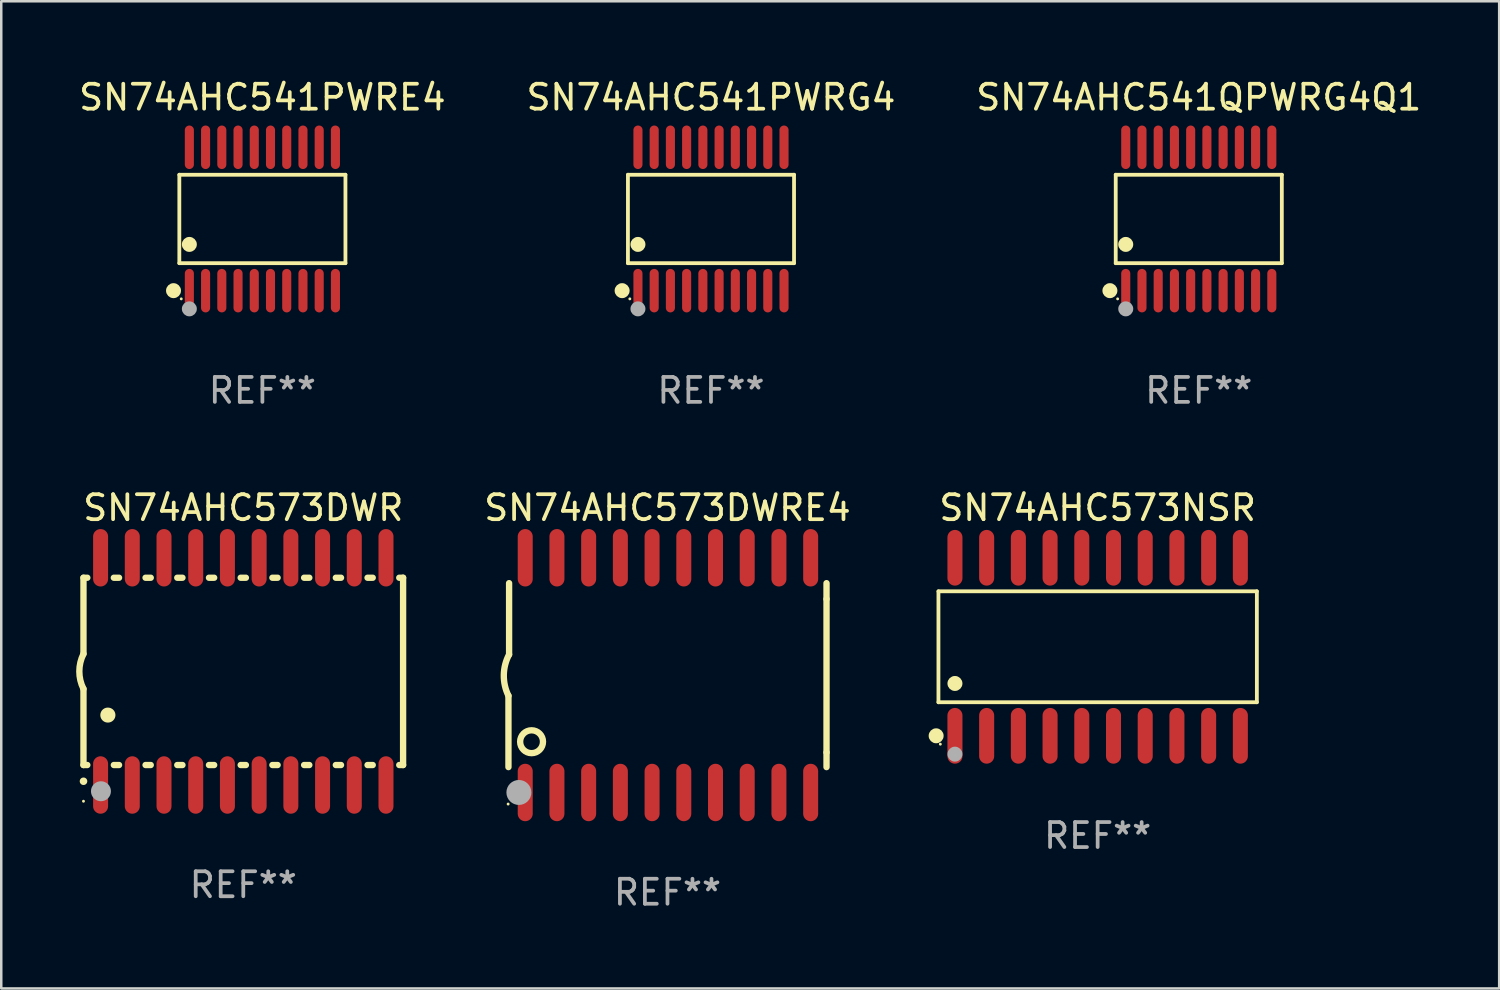
<source format=kicad_pcb>
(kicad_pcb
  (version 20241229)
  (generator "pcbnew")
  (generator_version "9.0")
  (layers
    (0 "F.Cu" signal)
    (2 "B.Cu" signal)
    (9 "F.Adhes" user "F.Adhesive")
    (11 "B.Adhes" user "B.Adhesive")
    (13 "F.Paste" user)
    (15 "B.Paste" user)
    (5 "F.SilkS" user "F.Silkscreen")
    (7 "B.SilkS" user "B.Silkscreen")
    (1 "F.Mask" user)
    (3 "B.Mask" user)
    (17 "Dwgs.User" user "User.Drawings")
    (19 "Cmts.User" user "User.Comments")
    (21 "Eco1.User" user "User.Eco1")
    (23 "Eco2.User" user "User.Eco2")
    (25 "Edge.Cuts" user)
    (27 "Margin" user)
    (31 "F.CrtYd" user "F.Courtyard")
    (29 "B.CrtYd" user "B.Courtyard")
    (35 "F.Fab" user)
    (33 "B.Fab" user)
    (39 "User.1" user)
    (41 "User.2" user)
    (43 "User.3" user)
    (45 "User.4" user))
  (footprint "SN74AHC573DWR"
    (layer "F.Cu")
    (at 6.693 23.837)
    (property "Reference" "SN74AHC573DWR" (at 0 -6.55 0) (layer "F.SilkS") (effects (font (size 1 1) (thickness 0.15))))
    (attr through_hole)
    (fp_line (start -6.4 -3.75) (end -6.4 -0.7) (stroke (width 0.254) (type solid)) (layer "F.SilkS"))
    (fp_line (start -6.4 -3.75) (end -6.246 -3.75) (stroke (width 0.254) (type solid)) (layer "F.SilkS"))
    (fp_line (start -6.4 3.75) (end -6.4 0.7) (stroke (width 0.254) (type solid)) (layer "F.SilkS"))
    (fp_line (start -6.246 3.75) (end -6.4 3.75) (stroke (width 0.254) (type solid)) (layer "F.SilkS"))
    (fp_line (start -5.184 -3.75) (end -4.976 -3.75) (stroke (width 0.254) (type solid)) (layer "F.SilkS"))
    (fp_line (start -4.976 3.75) (end -5.184 3.75) (stroke (width 0.254) (type solid)) (layer "F.SilkS"))
    (fp_line (start -3.914 -3.75) (end -3.706 -3.75) (stroke (width 0.254) (type solid)) (layer "F.SilkS"))
    (fp_line (start -3.706 3.75) (end -3.914 3.75) (stroke (width 0.254) (type solid)) (layer "F.SilkS"))
    (fp_line (start -2.644 -3.75) (end -2.436 -3.75) (stroke (width 0.254) (type solid)) (layer "F.SilkS"))
    (fp_line (start -2.436 3.75) (end -2.644 3.75) (stroke (width 0.254) (type solid)) (layer "F.SilkS"))
    (fp_line (start -1.374 -3.75) (end -1.166 -3.75) (stroke (width 0.254) (type solid)) (layer "F.SilkS"))
    (fp_line (start -1.166 3.75) (end -1.374 3.75) (stroke (width 0.254) (type solid)) (layer "F.SilkS"))
    (fp_line (start -0.104 -3.75) (end 0.104 -3.75) (stroke (width 0.254) (type solid)) (layer "F.SilkS"))
    (fp_line (start 0.104 3.75) (end -0.104 3.75) (stroke (width 0.254) (type solid)) (layer "F.SilkS"))
    (fp_line (start 1.166 -3.75) (end 1.374 -3.75) (stroke (width 0.254) (type solid)) (layer "F.SilkS"))
    (fp_line (start 1.374 3.75) (end 1.166 3.75) (stroke (width 0.254) (type solid)) (layer "F.SilkS"))
    (fp_line (start 2.436 -3.75) (end 2.644 -3.75) (stroke (width 0.254) (type solid)) (layer "F.SilkS"))
    (fp_line (start 2.644 3.75) (end 2.436 3.75) (stroke (width 0.254) (type solid)) (layer "F.SilkS"))
    (fp_line (start 3.706 -3.75) (end 3.914 -3.75) (stroke (width 0.254) (type solid)) (layer "F.SilkS"))
    (fp_line (start 3.914 3.75) (end 3.706 3.75) (stroke (width 0.254) (type solid)) (layer "F.SilkS"))
    (fp_line (start 4.976 -3.75) (end 5.184 -3.75) (stroke (width 0.254) (type solid)) (layer "F.SilkS"))
    (fp_line (start 5.184 3.75) (end 4.976 3.75) (stroke (width 0.254) (type solid)) (layer "F.SilkS"))
    (fp_line (start 6.246 -3.75) (end 6.4 -3.75) (stroke (width 0.254) (type solid)) (layer "F.SilkS"))
    (fp_line (start 6.4 -3.75) (end 6.4 3.75) (stroke (width 0.254) (type solid)) (layer "F.SilkS"))
    (fp_line (start 6.4 3.75) (end 6.246 3.75) (stroke (width 0.254) (type solid)) (layer "F.SilkS"))
    (fp_arc (start -6.400812 0.701041) (mid -6.565912 0.000428) (end -6.400025 -0.7) (stroke (width 0.254001) (type solid)) (layer "F.SilkS"))
    (fp_arc (start -6.400025 4.4) (mid -6.398755 4.399995) (end -6.397485 4.4) (stroke (width 0.3) (type solid)) (layer "F.SilkS"))
    (fp_arc (start -5.425451 1.750064) (mid -5.422911 1.750053) (end -5.420371 1.750064) (stroke (width 0.6) (type solid)) (layer "F.SilkS"))
    (fp_circle (center -6.4 5.2) (end -6.37 5.2) (stroke (width 0.06) (type solid)) (fill no) (layer "F.SilkS"))
    (fp_circle (center -5.7 4.8) (end -5.5 4.8) (stroke (width 0.4) (type solid)) (fill no) (layer "F.Fab"))
    (fp_text user "REF**" (at 0 8.55 0) (layer "F.Fab") (effects (font (size 1 1) (thickness 0.15))))
    (pad "1" smd oval (at -5.715 4.55 180) (size 0.6 2.3) (layers "F.Cu" "F.Mask" "F.Paste"))
    (pad "2" smd oval (at -4.445 4.55 180) (size 0.6 2.3) (layers "F.Cu" "F.Mask" "F.Paste"))
    (pad "3" smd oval (at -3.175 4.55 180) (size 0.6 2.3) (layers "F.Cu" "F.Mask" "F.Paste"))
    (pad "4" smd oval (at -1.905 4.55 180) (size 0.6 2.3) (layers "F.Cu" "F.Mask" "F.Paste"))
    (pad "5" smd oval (at -0.635 4.55 180) (size 0.6 2.3) (layers "F.Cu" "F.Mask" "F.Paste"))
    (pad "6" smd oval (at 0.635 4.55 180) (size 0.6 2.3) (layers "F.Cu" "F.Mask" "F.Paste"))
    (pad "7" smd oval (at 1.905 4.55 180) (size 0.6 2.3) (layers "F.Cu" "F.Mask" "F.Paste"))
    (pad "8" smd oval (at 3.175 4.55 180) (size 0.6 2.3) (layers "F.Cu" "F.Mask" "F.Paste"))
    (pad "9" smd oval (at 4.445 4.55 180) (size 0.6 2.3) (layers "F.Cu" "F.Mask" "F.Paste"))
    (pad "10" smd oval (at 5.715 4.55 180) (size 0.6 2.3) (layers "F.Cu" "F.Mask" "F.Paste"))
    (pad "11" smd oval (at 5.715 -4.55 180) (size 0.6 2.3) (layers "F.Cu" "F.Mask" "F.Paste"))
    (pad "12" smd oval (at 4.445 -4.55 180) (size 0.6 2.3) (layers "F.Cu" "F.Mask" "F.Paste"))
    (pad "13" smd oval (at 3.175 -4.55 180) (size 0.6 2.3) (layers "F.Cu" "F.Mask" "F.Paste"))
    (pad "14" smd oval (at 1.905 -4.55 180) (size 0.6 2.3) (layers "F.Cu" "F.Mask" "F.Paste"))
    (pad "15" smd oval (at 0.635 -4.55 180) (size 0.6 2.3) (layers "F.Cu" "F.Mask" "F.Paste"))
    (pad "16" smd oval (at -0.635 -4.55 180) (size 0.6 2.3) (layers "F.Cu" "F.Mask" "F.Paste"))
    (pad "17" smd oval (at -1.905 -4.55 180) (size 0.6 2.3) (layers "F.Cu" "F.Mask" "F.Paste"))
    (pad "18" smd oval (at -3.175 -4.55 180) (size 0.6 2.3) (layers "F.Cu" "F.Mask" "F.Paste"))
    (pad "19" smd oval (at -4.445 -4.55 180) (size 0.6 2.3) (layers "F.Cu" "F.Mask" "F.Paste"))
    (pad "20" smd oval (at -5.715 -4.55 180) (size 0.6 2.3) (layers "F.Cu" "F.Mask" "F.Paste")))
  (footprint "SN74AHC573DWRE4"
    (layer "F.Cu")
    (at 23.681 23.987)
    (property "Reference" "SN74AHC573DWRE4" (at 0 -6.7 0) (layer "F.SilkS") (effects (font (size 1 1) (thickness 0.15))))
    (attr through_hole)
    (fp_line (start -6.369 0.826) (end -6.369 3.683) (stroke (width 0.254) (type solid)) (layer "F.SilkS"))
    (fp_line (start -6.343 -0.825) (end -6.343 -3.683) (stroke (width 0.254) (type solid)) (layer "F.SilkS"))
    (fp_line (start 6.369 -3.048) (end 6.369 -3.683) (stroke (width 0.254) (type solid)) (layer "F.SilkS"))
    (fp_line (start 6.369 -3.048) (end 6.369 3.096) (stroke (width 0.254) (type solid)) (layer "F.SilkS"))
    (fp_line (start 6.369 3.096) (end 6.369 3.683) (stroke (width 0.254) (type solid)) (layer "F.SilkS"))
    (fp_arc (start -6.36853 0.825552) (mid -6.554743 -0.00301) (end -6.343129 -0.825451) (stroke (width 0.254001) (type solid)) (layer "F.SilkS"))
    (fp_circle (center -6.382 5.163) (end -6.352 5.163) (stroke (width 0.06) (type solid)) (fill no) (layer "F.SilkS"))
    (fp_circle (center -5.443 2.667) (end -4.985 2.667) (stroke (width 0.254) (type solid)) (fill no) (layer "F.SilkS"))
    (fp_circle (center -5.951 4.699) (end -5.701 4.699) (stroke (width 0.5) (type solid)) (fill no) (layer "F.Fab"))
    (fp_text user "REF**" (at 0 8.7 0) (layer "F.Fab") (effects (font (size 1 1) (thickness 0.15))))
    (pad "1" smd oval (at -5.697 4.7 180) (size 0.6 2.3) (layers "F.Cu" "F.Mask" "F.Paste"))
    (pad "2" smd oval (at -4.427 4.7 180) (size 0.6 2.3) (layers "F.Cu" "F.Mask" "F.Paste"))
    (pad "3" smd oval (at -3.157 4.7 180) (size 0.6 2.3) (layers "F.Cu" "F.Mask" "F.Paste"))
    (pad "4" smd oval (at -1.887 4.7 180) (size 0.6 2.3) (layers "F.Cu" "F.Mask" "F.Paste"))
    (pad "5" smd oval (at -0.617 4.7 180) (size 0.6 2.3) (layers "F.Cu" "F.Mask" "F.Paste"))
    (pad "6" smd oval (at 0.653 4.7 180) (size 0.6 2.3) (layers "F.Cu" "F.Mask" "F.Paste"))
    (pad "7" smd oval (at 1.923 4.7 180) (size 0.6 2.3) (layers "F.Cu" "F.Mask" "F.Paste"))
    (pad "8" smd oval (at 3.193 4.7 180) (size 0.6 2.3) (layers "F.Cu" "F.Mask" "F.Paste"))
    (pad "9" smd oval (at 4.463 4.7 180) (size 0.6 2.3) (layers "F.Cu" "F.Mask" "F.Paste"))
    (pad "10" smd oval (at 5.734 4.7 180) (size 0.6 2.3) (layers "F.Cu" "F.Mask" "F.Paste"))
    (pad "11" smd oval (at 5.734 -4.7 180) (size 0.6 2.3) (layers "F.Cu" "F.Mask" "F.Paste"))
    (pad "12" smd oval (at 4.463 -4.7 180) (size 0.6 2.3) (layers "F.Cu" "F.Mask" "F.Paste"))
    (pad "13" smd oval (at 3.193 -4.7 180) (size 0.6 2.3) (layers "F.Cu" "F.Mask" "F.Paste"))
    (pad "14" smd oval (at 1.923 -4.7 180) (size 0.6 2.3) (layers "F.Cu" "F.Mask" "F.Paste"))
    (pad "15" smd oval (at 0.653 -4.7 180) (size 0.6 2.3) (layers "F.Cu" "F.Mask" "F.Paste"))
    (pad "16" smd oval (at -0.617 -4.7 180) (size 0.6 2.3) (layers "F.Cu" "F.Mask" "F.Paste"))
    (pad "17" smd oval (at -1.887 -4.7 180) (size 0.6 2.3) (layers "F.Cu" "F.Mask" "F.Paste"))
    (pad "18" smd oval (at -3.157 -4.7 180) (size 0.6 2.3) (layers "F.Cu" "F.Mask" "F.Paste"))
    (pad "19" smd oval (at -4.427 -4.7 180) (size 0.6 2.3) (layers "F.Cu" "F.Mask" "F.Paste"))
    (pad "20" smd oval (at -5.697 -4.7 180) (size 0.6 2.3) (layers "F.Cu" "F.Mask" "F.Paste")))
  (footprint "SN74AHC541PWRG4"
    (layer "F.Cu")
    (at 25.423 5.719)
    (property "Reference" "SN74AHC541PWRG4" (at 0 -4.871 0) (layer "F.SilkS") (effects (font (size 1 1) (thickness 0.15))))
    (attr through_hole)
    (fp_line (start -3.326 -1.771) (end 3.326 -1.771) (stroke (width 0.152) (type solid)) (layer "F.SilkS"))
    (fp_line (start -3.326 1.771) (end -3.326 -1.771) (stroke (width 0.152) (type solid)) (layer "F.SilkS"))
    (fp_line (start 3.326 -1.771) (end 3.326 1.771) (stroke (width 0.152) (type solid)) (layer "F.SilkS"))
    (fp_line (start 3.326 1.771) (end -3.326 1.771) (stroke (width 0.152) (type solid)) (layer "F.SilkS"))
    (fp_circle (center -3.559 2.871) (end -3.409 2.871) (stroke (width 0.3) (type solid)) (fill no) (layer "F.SilkS"))
    (fp_circle (center -3.25 3.2) (end -3.22 3.2) (stroke (width 0.06) (type solid)) (fill no) (layer "F.SilkS"))
    (fp_circle (center -2.925 1.019) (end -2.775 1.019) (stroke (width 0.3) (type solid)) (fill no) (layer "F.SilkS"))
    (fp_circle (center -2.925 3.6) (end -2.775 3.6) (stroke (width 0.3) (type solid)) (fill no) (layer "F.Fab"))
    (fp_text user "REF**" (at 0 6.871 0) (layer "F.Fab") (effects (font (size 1 1) (thickness 0.15))))
    (pad "1" smd oval (at -2.925 2.871) (size 0.364 1.742) (layers "F.Cu" "F.Mask" "F.Paste"))
    (pad "2" smd oval (at -2.275 2.871) (size 0.364 1.742) (layers "F.Cu" "F.Mask" "F.Paste"))
    (pad "3" smd oval (at -1.625 2.871) (size 0.364 1.742) (layers "F.Cu" "F.Mask" "F.Paste"))
    (pad "4" smd oval (at -0.975 2.871) (size 0.364 1.742) (layers "F.Cu" "F.Mask" "F.Paste"))
    (pad "5" smd oval (at -0.325 2.871) (size 0.364 1.742) (layers "F.Cu" "F.Mask" "F.Paste"))
    (pad "6" smd oval (at 0.325 2.871) (size 0.364 1.742) (layers "F.Cu" "F.Mask" "F.Paste"))
    (pad "7" smd oval (at 0.975 2.871) (size 0.364 1.742) (layers "F.Cu" "F.Mask" "F.Paste"))
    (pad "8" smd oval (at 1.625 2.871) (size 0.364 1.742) (layers "F.Cu" "F.Mask" "F.Paste"))
    (pad "9" smd oval (at 2.275 2.871) (size 0.364 1.742) (layers "F.Cu" "F.Mask" "F.Paste"))
    (pad "10" smd oval (at 2.925 2.871) (size 0.364 1.742) (layers "F.Cu" "F.Mask" "F.Paste"))
    (pad "11" smd oval (at 2.925 -2.871) (size 0.364 1.742) (layers "F.Cu" "F.Mask" "F.Paste"))
    (pad "12" smd oval (at 2.275 -2.871) (size 0.364 1.742) (layers "F.Cu" "F.Mask" "F.Paste"))
    (pad "13" smd oval (at 1.625 -2.871) (size 0.364 1.742) (layers "F.Cu" "F.Mask" "F.Paste"))
    (pad "14" smd oval (at 0.975 -2.871) (size 0.364 1.742) (layers "F.Cu" "F.Mask" "F.Paste"))
    (pad "15" smd oval (at 0.325 -2.871) (size 0.364 1.742) (layers "F.Cu" "F.Mask" "F.Paste"))
    (pad "16" smd oval (at -0.325 -2.871) (size 0.364 1.742) (layers "F.Cu" "F.Mask" "F.Paste"))
    (pad "17" smd oval (at -0.975 -2.871) (size 0.364 1.742) (layers "F.Cu" "F.Mask" "F.Paste"))
    (pad "18" smd oval (at -1.625 -2.871) (size 0.364 1.742) (layers "F.Cu" "F.Mask" "F.Paste"))
    (pad "19" smd oval (at -2.275 -2.871) (size 0.364 1.742) (layers "F.Cu" "F.Mask" "F.Paste"))
    (pad "20" smd oval (at -2.925 -2.871) (size 0.364 1.742) (layers "F.Cu" "F.Mask" "F.Paste")))
  (footprint "SN74AHC541QPWRG4Q1"
    (layer "F.Cu")
    (at 44.958 5.719)
    (property "Reference" "SN74AHC541QPWRG4Q1" (at 0 -4.871 0) (layer "F.SilkS") (effects (font (size 1 1) (thickness 0.15))))
    (attr through_hole)
    (fp_line (start -3.326 -1.771) (end 3.326 -1.771) (stroke (width 0.152) (type solid)) (layer "F.SilkS"))
    (fp_line (start -3.326 1.771) (end -3.326 -1.771) (stroke (width 0.152) (type solid)) (layer "F.SilkS"))
    (fp_line (start 3.326 -1.771) (end 3.326 1.771) (stroke (width 0.152) (type solid)) (layer "F.SilkS"))
    (fp_line (start 3.326 1.771) (end -3.326 1.771) (stroke (width 0.152) (type solid)) (layer "F.SilkS"))
    (fp_circle (center -3.559 2.871) (end -3.409 2.871) (stroke (width 0.3) (type solid)) (fill no) (layer "F.SilkS"))
    (fp_circle (center -3.25 3.2) (end -3.22 3.2) (stroke (width 0.06) (type solid)) (fill no) (layer "F.SilkS"))
    (fp_circle (center -2.925 1.019) (end -2.775 1.019) (stroke (width 0.3) (type solid)) (fill no) (layer "F.SilkS"))
    (fp_circle (center -2.925 3.6) (end -2.775 3.6) (stroke (width 0.3) (type solid)) (fill no) (layer "F.Fab"))
    (fp_text user "REF**" (at 0 6.871 0) (layer "F.Fab") (effects (font (size 1 1) (thickness 0.15))))
    (pad "1" smd oval (at -2.925 2.871) (size 0.364 1.742) (layers "F.Cu" "F.Mask" "F.Paste"))
    (pad "2" smd oval (at -2.275 2.871) (size 0.364 1.742) (layers "F.Cu" "F.Mask" "F.Paste"))
    (pad "3" smd oval (at -1.625 2.871) (size 0.364 1.742) (layers "F.Cu" "F.Mask" "F.Paste"))
    (pad "4" smd oval (at -0.975 2.871) (size 0.364 1.742) (layers "F.Cu" "F.Mask" "F.Paste"))
    (pad "5" smd oval (at -0.325 2.871) (size 0.364 1.742) (layers "F.Cu" "F.Mask" "F.Paste"))
    (pad "6" smd oval (at 0.325 2.871) (size 0.364 1.742) (layers "F.Cu" "F.Mask" "F.Paste"))
    (pad "7" smd oval (at 0.975 2.871) (size 0.364 1.742) (layers "F.Cu" "F.Mask" "F.Paste"))
    (pad "8" smd oval (at 1.625 2.871) (size 0.364 1.742) (layers "F.Cu" "F.Mask" "F.Paste"))
    (pad "9" smd oval (at 2.275 2.871) (size 0.364 1.742) (layers "F.Cu" "F.Mask" "F.Paste"))
    (pad "10" smd oval (at 2.925 2.871) (size 0.364 1.742) (layers "F.Cu" "F.Mask" "F.Paste"))
    (pad "11" smd oval (at 2.925 -2.871) (size 0.364 1.742) (layers "F.Cu" "F.Mask" "F.Paste"))
    (pad "12" smd oval (at 2.275 -2.871) (size 0.364 1.742) (layers "F.Cu" "F.Mask" "F.Paste"))
    (pad "13" smd oval (at 1.625 -2.871) (size 0.364 1.742) (layers "F.Cu" "F.Mask" "F.Paste"))
    (pad "14" smd oval (at 0.975 -2.871) (size 0.364 1.742) (layers "F.Cu" "F.Mask" "F.Paste"))
    (pad "15" smd oval (at 0.325 -2.871) (size 0.364 1.742) (layers "F.Cu" "F.Mask" "F.Paste"))
    (pad "16" smd oval (at -0.325 -2.871) (size 0.364 1.742) (layers "F.Cu" "F.Mask" "F.Paste"))
    (pad "17" smd oval (at -0.975 -2.871) (size 0.364 1.742) (layers "F.Cu" "F.Mask" "F.Paste"))
    (pad "18" smd oval (at -1.625 -2.871) (size 0.364 1.742) (layers "F.Cu" "F.Mask" "F.Paste"))
    (pad "19" smd oval (at -2.275 -2.871) (size 0.364 1.742) (layers "F.Cu" "F.Mask" "F.Paste"))
    (pad "20" smd oval (at -2.925 -2.871) (size 0.364 1.742) (layers "F.Cu" "F.Mask" "F.Paste")))
  (footprint "SN74AHC573NSR"
    (layer "F.Cu")
    (at 40.908 22.852)
    (property "Reference" "SN74AHC573NSR" (at 0 -5.565 0) (layer "F.SilkS") (effects (font (size 1 1) (thickness 0.15))))
    (attr through_hole)
    (fp_line (start -6.376 -2.221) (end 6.376 -2.221) (stroke (width 0.152) (type solid)) (layer "F.SilkS"))
    (fp_line (start -6.376 2.221) (end -6.376 -2.221) (stroke (width 0.152) (type solid)) (layer "F.SilkS"))
    (fp_line (start 6.376 -2.221) (end 6.376 2.221) (stroke (width 0.152) (type solid)) (layer "F.SilkS"))
    (fp_line (start 6.376 2.221) (end -6.376 2.221) (stroke (width 0.152) (type solid)) (layer "F.SilkS"))
    (fp_circle (center -6.468 3.565) (end -6.318 3.565) (stroke (width 0.3) (type solid)) (fill no) (layer "F.SilkS"))
    (fp_circle (center -6.3 3.9) (end -6.27 3.9) (stroke (width 0.06) (type solid)) (fill no) (layer "F.SilkS"))
    (fp_circle (center -5.715 1.469) (end -5.565 1.469) (stroke (width 0.3) (type solid)) (fill no) (layer "F.SilkS"))
    (fp_circle (center -5.715 4.3) (end -5.565 4.3) (stroke (width 0.3) (type solid)) (fill no) (layer "F.Fab"))
    (fp_text user "REF**" (at 0 7.565 0) (layer "F.Fab") (effects (font (size 1 1) (thickness 0.15))))
    (pad "1" smd oval (at -5.715 3.565) (size 0.602 2.231) (layers "F.Cu" "F.Mask" "F.Paste"))
    (pad "2" smd oval (at -4.445 3.565) (size 0.602 2.231) (layers "F.Cu" "F.Mask" "F.Paste"))
    (pad "3" smd oval (at -3.175 3.565) (size 0.602 2.231) (layers "F.Cu" "F.Mask" "F.Paste"))
    (pad "4" smd oval (at -1.905 3.565) (size 0.602 2.231) (layers "F.Cu" "F.Mask" "F.Paste"))
    (pad "5" smd oval (at -0.635 3.565) (size 0.602 2.231) (layers "F.Cu" "F.Mask" "F.Paste"))
    (pad "6" smd oval (at 0.635 3.565) (size 0.602 2.231) (layers "F.Cu" "F.Mask" "F.Paste"))
    (pad "7" smd oval (at 1.905 3.565) (size 0.602 2.231) (layers "F.Cu" "F.Mask" "F.Paste"))
    (pad "8" smd oval (at 3.175 3.565) (size 0.602 2.231) (layers "F.Cu" "F.Mask" "F.Paste"))
    (pad "9" smd oval (at 4.445 3.565) (size 0.602 2.231) (layers "F.Cu" "F.Mask" "F.Paste"))
    (pad "10" smd oval (at 5.715 3.565) (size 0.602 2.231) (layers "F.Cu" "F.Mask" "F.Paste"))
    (pad "11" smd oval (at 5.715 -3.565) (size 0.602 2.231) (layers "F.Cu" "F.Mask" "F.Paste"))
    (pad "12" smd oval (at 4.445 -3.565) (size 0.602 2.231) (layers "F.Cu" "F.Mask" "F.Paste"))
    (pad "13" smd oval (at 3.175 -3.565) (size 0.602 2.231) (layers "F.Cu" "F.Mask" "F.Paste"))
    (pad "14" smd oval (at 1.905 -3.565) (size 0.602 2.231) (layers "F.Cu" "F.Mask" "F.Paste"))
    (pad "15" smd oval (at 0.635 -3.565) (size 0.602 2.231) (layers "F.Cu" "F.Mask" "F.Paste"))
    (pad "16" smd oval (at -0.635 -3.565) (size 0.602 2.231) (layers "F.Cu" "F.Mask" "F.Paste"))
    (pad "17" smd oval (at -1.905 -3.565) (size 0.602 2.231) (layers "F.Cu" "F.Mask" "F.Paste"))
    (pad "18" smd oval (at -3.175 -3.565) (size 0.602 2.231) (layers "F.Cu" "F.Mask" "F.Paste"))
    (pad "19" smd oval (at -4.445 -3.565) (size 0.602 2.231) (layers "F.Cu" "F.Mask" "F.Paste"))
    (pad "20" smd oval (at -5.715 -3.565) (size 0.602 2.231) (layers "F.Cu" "F.Mask" "F.Paste")))
  (footprint "SN74AHC541PWRE4"
    (layer "F.Cu")
    (at 7.458 5.719)
    (property "Reference" "SN74AHC541PWRE4" (at 0 -4.871 0) (layer "F.SilkS") (effects (font (size 1 1) (thickness 0.15))))
    (attr through_hole)
    (fp_line (start -3.326 -1.771) (end 3.326 -1.771) (stroke (width 0.152) (type solid)) (layer "F.SilkS"))
    (fp_line (start -3.326 1.771) (end -3.326 -1.771) (stroke (width 0.152) (type solid)) (layer "F.SilkS"))
    (fp_line (start 3.326 -1.771) (end 3.326 1.771) (stroke (width 0.152) (type solid)) (layer "F.SilkS"))
    (fp_line (start 3.326 1.771) (end -3.326 1.771) (stroke (width 0.152) (type solid)) (layer "F.SilkS"))
    (fp_circle (center -3.559 2.871) (end -3.409 2.871) (stroke (width 0.3) (type solid)) (fill no) (layer "F.SilkS"))
    (fp_circle (center -3.25 3.2) (end -3.22 3.2) (stroke (width 0.06) (type solid)) (fill no) (layer "F.SilkS"))
    (fp_circle (center -2.925 1.019) (end -2.775 1.019) (stroke (width 0.3) (type solid)) (fill no) (layer "F.SilkS"))
    (fp_circle (center -2.925 3.6) (end -2.775 3.6) (stroke (width 0.3) (type solid)) (fill no) (layer "F.Fab"))
    (fp_text user "REF**" (at 0 6.871 0) (layer "F.Fab") (effects (font (size 1 1) (thickness 0.15))))
    (pad "1" smd oval (at -2.925 2.871) (size 0.364 1.742) (layers "F.Cu" "F.Mask" "F.Paste"))
    (pad "2" smd oval (at -2.275 2.871) (size 0.364 1.742) (layers "F.Cu" "F.Mask" "F.Paste"))
    (pad "3" smd oval (at -1.625 2.871) (size 0.364 1.742) (layers "F.Cu" "F.Mask" "F.Paste"))
    (pad "4" smd oval (at -0.975 2.871) (size 0.364 1.742) (layers "F.Cu" "F.Mask" "F.Paste"))
    (pad "5" smd oval (at -0.325 2.871) (size 0.364 1.742) (layers "F.Cu" "F.Mask" "F.Paste"))
    (pad "6" smd oval (at 0.325 2.871) (size 0.364 1.742) (layers "F.Cu" "F.Mask" "F.Paste"))
    (pad "7" smd oval (at 0.975 2.871) (size 0.364 1.742) (layers "F.Cu" "F.Mask" "F.Paste"))
    (pad "8" smd oval (at 1.625 2.871) (size 0.364 1.742) (layers "F.Cu" "F.Mask" "F.Paste"))
    (pad "9" smd oval (at 2.275 2.871) (size 0.364 1.742) (layers "F.Cu" "F.Mask" "F.Paste"))
    (pad "10" smd oval (at 2.925 2.871) (size 0.364 1.742) (layers "F.Cu" "F.Mask" "F.Paste"))
    (pad "11" smd oval (at 2.925 -2.871) (size 0.364 1.742) (layers "F.Cu" "F.Mask" "F.Paste"))
    (pad "12" smd oval (at 2.275 -2.871) (size 0.364 1.742) (layers "F.Cu" "F.Mask" "F.Paste"))
    (pad "13" smd oval (at 1.625 -2.871) (size 0.364 1.742) (layers "F.Cu" "F.Mask" "F.Paste"))
    (pad "14" smd oval (at 0.975 -2.871) (size 0.364 1.742) (layers "F.Cu" "F.Mask" "F.Paste"))
    (pad "15" smd oval (at 0.325 -2.871) (size 0.364 1.742) (layers "F.Cu" "F.Mask" "F.Paste"))
    (pad "16" smd oval (at -0.325 -2.871) (size 0.364 1.742) (layers "F.Cu" "F.Mask" "F.Paste"))
    (pad "17" smd oval (at -0.975 -2.871) (size 0.364 1.742) (layers "F.Cu" "F.Mask" "F.Paste"))
    (pad "18" smd oval (at -1.625 -2.871) (size 0.364 1.742) (layers "F.Cu" "F.Mask" "F.Paste"))
    (pad "19" smd oval (at -2.275 -2.871) (size 0.364 1.742) (layers "F.Cu" "F.Mask" "F.Paste"))
    (pad "20" smd oval (at -2.925 -2.871) (size 0.364 1.742) (layers "F.Cu" "F.Mask" "F.Paste")))
  (gr_rect
    (start -3 -3)
    (end 56.988 36.535)
    (stroke (width 0.1) (type default))
    (fill no)
    (layer "Edge.Cuts")))
</source>
